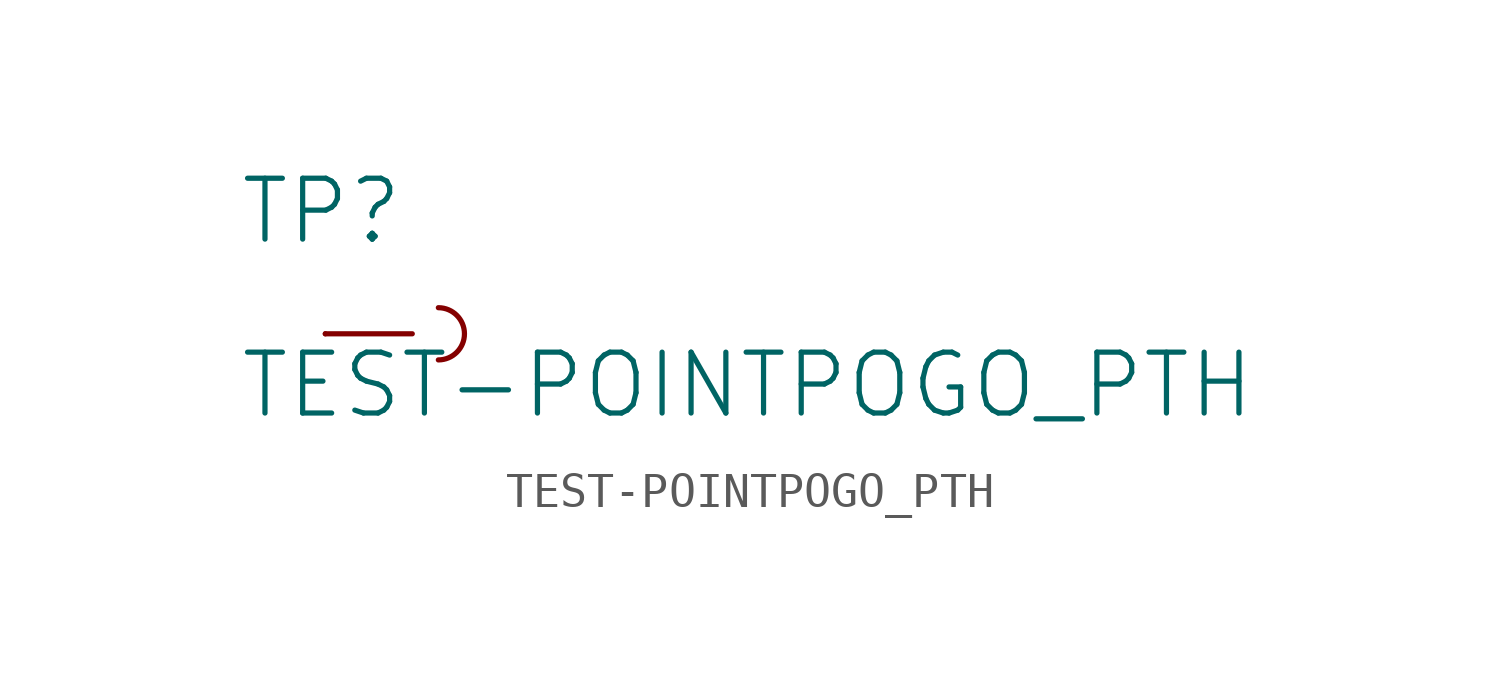
<source format=kicad_sym>
(kicad_symbol_lib
  (version 20211014)
  (generator kicad_symbol_editor)
  (symbol "TEST-POINTPOGO_PTH"
    (property "Reference" "TP"
      (at -2.54 2.54 0)
      (effects (font (size 1.778 1.778)) (justify left bottom)))
    (property "Value" "TEST-POINTPOGO_PTH"
      (at -2.54 -2.54 0)
      (effects (font (size 1.778 1.778)) (justify left bottom)))
    (property "ki_locked" ""
      (at 0 0 0)
      (effects (font (size 1.27 1.27))))
    (symbol "TEST-POINTPOGO_PTH_1_0"
      (polyline (pts (xy 2.54 0) (xy 0 0)) (stroke (width 0.152) (type default) (color 0 0 0 0)) (fill (type none)))
      (arc (start 3.302 -0.762) (mid 4.064 0) (end 3.302 0.762) (stroke (width 0.1524) (type default) (color 0 0 0 0)) (fill (type none)))
      (pin bidirectional line (at 0 0 180) (length 0) (name "1" (effects (font (size 0 0)))) (number "1" (effects (font (size 0 0))))))))
</source>
